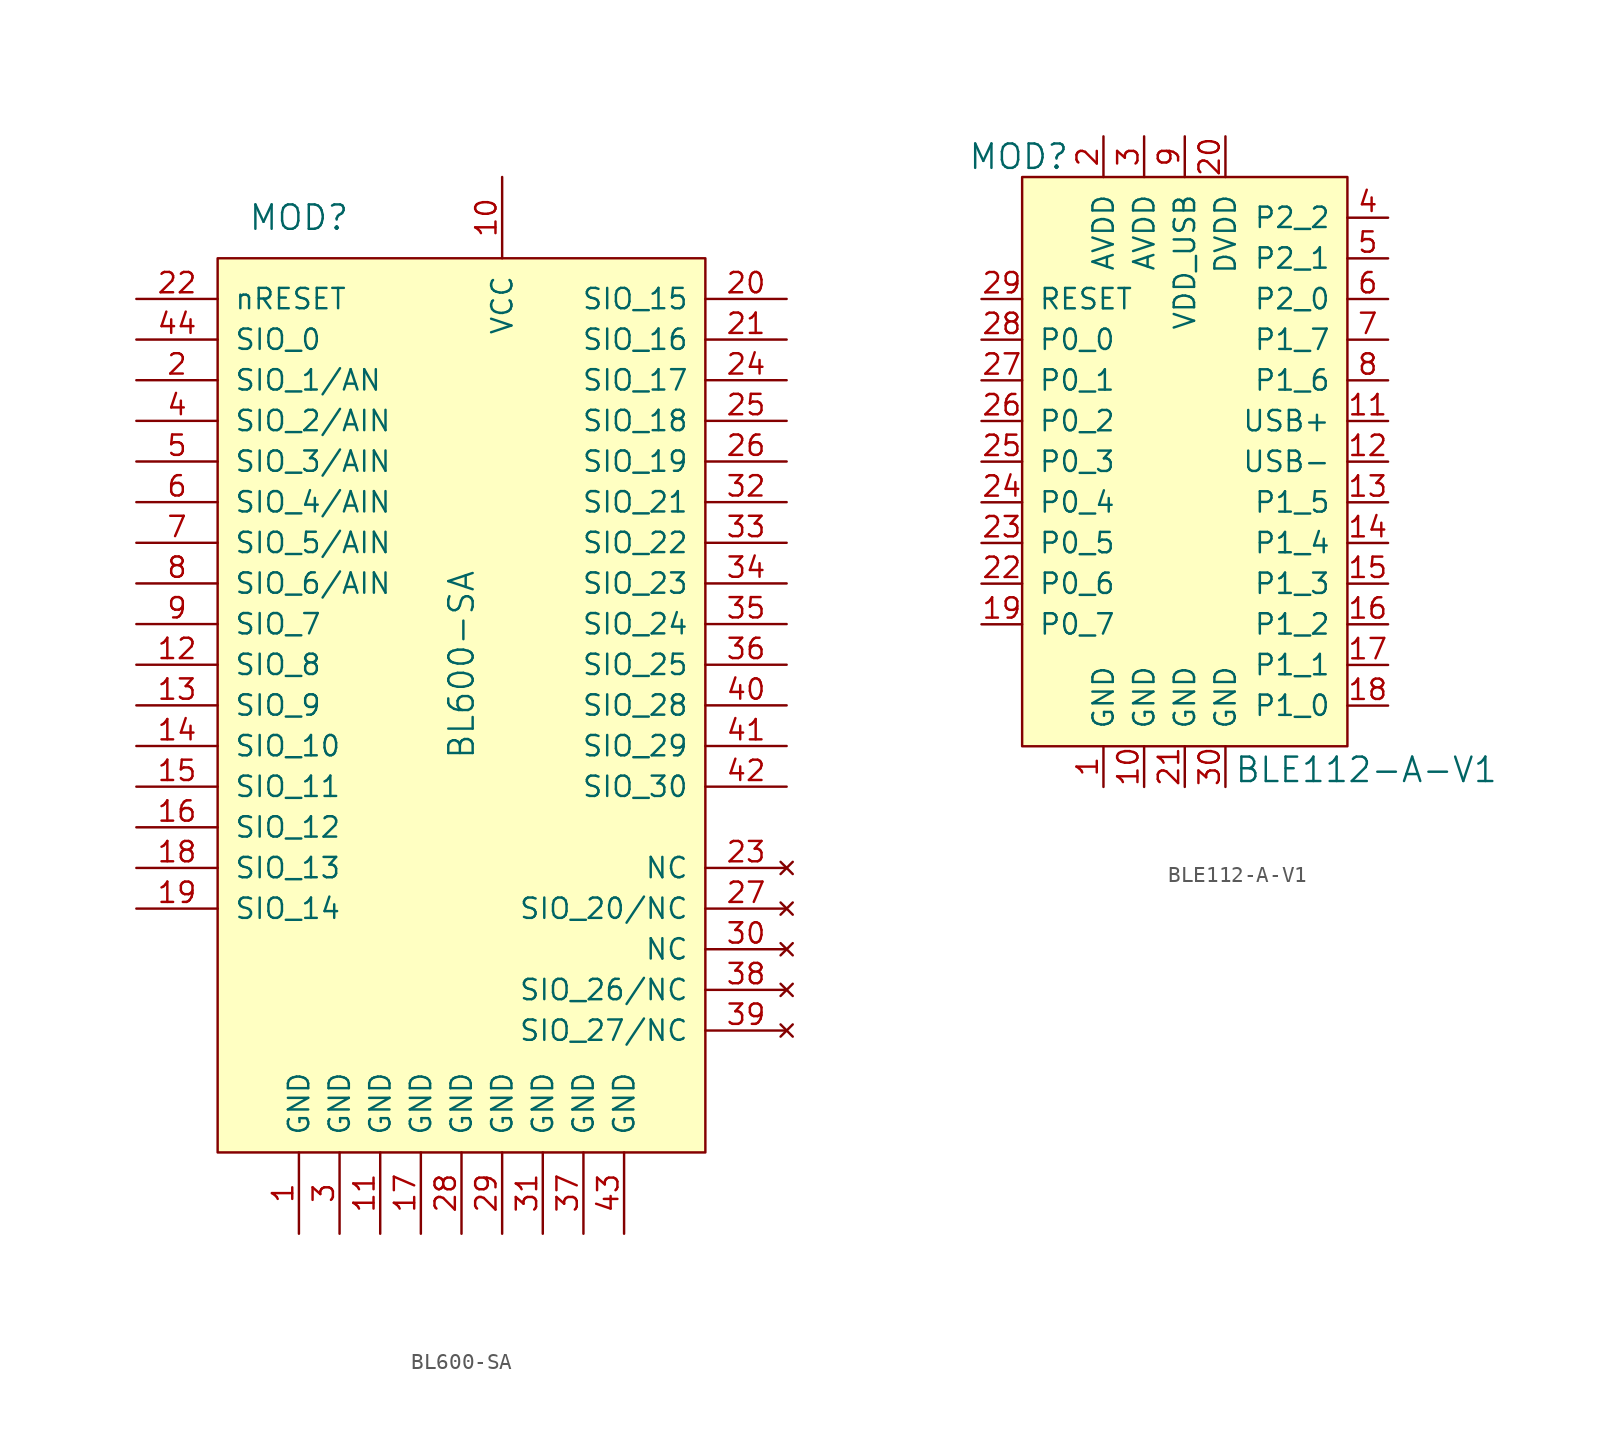
<source format=kicad_sym>
(kicad_symbol_lib
  (version 20231120)
  (generator "kicad_symbol_editor")
  (generator_version "8.0")
  (symbol "BL600-SA"
    (pin_names
      (offset 1.016))
    (property "Reference" "MOD"
      (at -7.62 27.94 0)
      (effects (font (size 1.524 1.524))))
    (property "Value" "BL600-SA"
      (at 2.54 0 90)
      (effects (font (size 1.524 1.524))))
    (symbol "BL600-SA_0_1"
      (rectangle (start -12.7 25.4) (end 17.78 -30.48) (stroke (width 0) (type solid)) (fill (type background))))
    (symbol "BL600-SA_1_1"
      (pin power_in line (at -7.62 -35.56 90) (length 5.08) (name "GND" (effects (font (size 1.27 1.27)))) (number "1" (effects (font (size 1.27 1.27)))))
      (pin power_in line (at 5.08 30.48 270) (length 5.08) (name "VCC" (effects (font (size 1.27 1.27)))) (number "10" (effects (font (size 1.27 1.27)))))
      (pin power_in line (at -2.54 -35.56 90) (length 5.08) (name "GND" (effects (font (size 1.27 1.27)))) (number "11" (effects (font (size 1.27 1.27)))))
      (pin bidirectional line (at -17.78 0 0) (length 5.08) (name "SIO_8" (effects (font (size 1.27 1.27)))) (number "12" (effects (font (size 1.27 1.27)))))
      (pin bidirectional line (at -17.78 -2.54 0) (length 5.08) (name "SIO_9" (effects (font (size 1.27 1.27)))) (number "13" (effects (font (size 1.27 1.27)))))
      (pin bidirectional line (at -17.78 -5.08 0) (length 5.08) (name "SIO_10" (effects (font (size 1.27 1.27)))) (number "14" (effects (font (size 1.27 1.27)))))
      (pin bidirectional line (at -17.78 -7.62 0) (length 5.08) (name "SIO_11" (effects (font (size 1.27 1.27)))) (number "15" (effects (font (size 1.27 1.27)))))
      (pin bidirectional line (at -17.78 -10.16 0) (length 5.08) (name "SIO_12" (effects (font (size 1.27 1.27)))) (number "16" (effects (font (size 1.27 1.27)))))
      (pin bidirectional line (at 0 -35.56 90) (length 5.08) (name "GND" (effects (font (size 1.27 1.27)))) (number "17" (effects (font (size 1.27 1.27)))))
      (pin bidirectional line (at -17.78 -12.7 0) (length 5.08) (name "SIO_13" (effects (font (size 1.27 1.27)))) (number "18" (effects (font (size 1.27 1.27)))))
      (pin bidirectional line (at -17.78 -15.24 0) (length 5.08) (name "SIO_14" (effects (font (size 1.27 1.27)))) (number "19" (effects (font (size 1.27 1.27)))))
      (pin bidirectional line (at -17.78 17.78 0) (length 5.08) (name "SIO_1/AN" (effects (font (size 1.27 1.27)))) (number "2" (effects (font (size 1.27 1.27)))))
      (pin bidirectional line (at 22.86 22.86 180) (length 5.08) (name "SIO_15" (effects (font (size 1.27 1.27)))) (number "20" (effects (font (size 1.27 1.27)))))
      (pin bidirectional line (at 22.86 20.32 180) (length 5.08) (name "SIO_16" (effects (font (size 1.27 1.27)))) (number "21" (effects (font (size 1.27 1.27)))))
      (pin input line (at -17.78 22.86 0) (length 5.08) (name "nRESET" (effects (font (size 1.27 1.27)))) (number "22" (effects (font (size 1.27 1.27)))))
      (pin no_connect line (at 22.86 -12.7 180) (length 5.08) (name "NC" (effects (font (size 1.27 1.27)))) (number "23" (effects (font (size 1.27 1.27)))))
      (pin bidirectional line (at 22.86 17.78 180) (length 5.08) (name "SIO_17" (effects (font (size 1.27 1.27)))) (number "24" (effects (font (size 1.27 1.27)))))
      (pin bidirectional line (at 22.86 15.24 180) (length 5.08) (name "SIO_18" (effects (font (size 1.27 1.27)))) (number "25" (effects (font (size 1.27 1.27)))))
      (pin bidirectional line (at 22.86 12.7 180) (length 5.08) (name "SIO_19" (effects (font (size 1.27 1.27)))) (number "26" (effects (font (size 1.27 1.27)))))
      (pin no_connect line (at 22.86 -15.24 180) (length 5.08) (name "SIO_20/NC" (effects (font (size 1.27 1.27)))) (number "27" (effects (font (size 1.27 1.27)))))
      (pin power_in line (at 2.54 -35.56 90) (length 5.08) (name "GND" (effects (font (size 1.27 1.27)))) (number "28" (effects (font (size 1.27 1.27)))))
      (pin power_in line (at 5.08 -35.56 90) (length 5.08) (name "GND" (effects (font (size 1.27 1.27)))) (number "29" (effects (font (size 1.27 1.27)))))
      (pin power_in line (at -5.08 -35.56 90) (length 5.08) (name "GND" (effects (font (size 1.27 1.27)))) (number "3" (effects (font (size 1.27 1.27)))))
      (pin no_connect line (at 22.86 -17.78 180) (length 5.08) (name "NC" (effects (font (size 1.27 1.27)))) (number "30" (effects (font (size 1.27 1.27)))))
      (pin power_in line (at 7.62 -35.56 90) (length 5.08) (name "GND" (effects (font (size 1.27 1.27)))) (number "31" (effects (font (size 1.27 1.27)))))
      (pin bidirectional line (at 22.86 10.16 180) (length 5.08) (name "SIO_21" (effects (font (size 1.27 1.27)))) (number "32" (effects (font (size 1.27 1.27)))))
      (pin bidirectional line (at 22.86 7.62 180) (length 5.08) (name "SIO_22" (effects (font (size 1.27 1.27)))) (number "33" (effects (font (size 1.27 1.27)))))
      (pin bidirectional line (at 22.86 5.08 180) (length 5.08) (name "SIO_23" (effects (font (size 1.27 1.27)))) (number "34" (effects (font (size 1.27 1.27)))))
      (pin bidirectional line (at 22.86 2.54 180) (length 5.08) (name "SIO_24" (effects (font (size 1.27 1.27)))) (number "35" (effects (font (size 1.27 1.27)))))
      (pin bidirectional line (at 22.86 0 180) (length 5.08) (name "SIO_25" (effects (font (size 1.27 1.27)))) (number "36" (effects (font (size 1.27 1.27)))))
      (pin power_in line (at 10.16 -35.56 90) (length 5.08) (name "GND" (effects (font (size 1.27 1.27)))) (number "37" (effects (font (size 1.27 1.27)))))
      (pin no_connect line (at 22.86 -20.32 180) (length 5.08) (name "SIO_26/NC" (effects (font (size 1.27 1.27)))) (number "38" (effects (font (size 1.27 1.27)))))
      (pin no_connect line (at 22.86 -22.86 180) (length 5.08) (name "SIO_27/NC" (effects (font (size 1.27 1.27)))) (number "39" (effects (font (size 1.27 1.27)))))
      (pin bidirectional line (at -17.78 15.24 0) (length 5.08) (name "SIO_2/AIN" (effects (font (size 1.27 1.27)))) (number "4" (effects (font (size 1.27 1.27)))))
      (pin bidirectional line (at 22.86 -2.54 180) (length 5.08) (name "SIO_28" (effects (font (size 1.27 1.27)))) (number "40" (effects (font (size 1.27 1.27)))))
      (pin bidirectional line (at 22.86 -5.08 180) (length 5.08) (name "SIO_29" (effects (font (size 1.27 1.27)))) (number "41" (effects (font (size 1.27 1.27)))))
      (pin bidirectional line (at 22.86 -7.62 180) (length 5.08) (name "SIO_30" (effects (font (size 1.27 1.27)))) (number "42" (effects (font (size 1.27 1.27)))))
      (pin power_in line (at 12.7 -35.56 90) (length 5.08) (name "GND" (effects (font (size 1.27 1.27)))) (number "43" (effects (font (size 1.27 1.27)))))
      (pin bidirectional line (at -17.78 20.32 0) (length 5.08) (name "SIO_0" (effects (font (size 1.27 1.27)))) (number "44" (effects (font (size 1.27 1.27)))))
      (pin bidirectional line (at -17.78 12.7 0) (length 5.08) (name "SIO_3/AIN" (effects (font (size 1.27 1.27)))) (number "5" (effects (font (size 1.27 1.27)))))
      (pin bidirectional line (at -17.78 10.16 0) (length 5.08) (name "SIO_4/AIN" (effects (font (size 1.27 1.27)))) (number "6" (effects (font (size 1.27 1.27)))))
      (pin bidirectional line (at -17.78 7.62 0) (length 5.08) (name "SIO_5/AIN" (effects (font (size 1.27 1.27)))) (number "7" (effects (font (size 1.27 1.27)))))
      (pin bidirectional line (at -17.78 5.08 0) (length 5.08) (name "SIO_6/AIN" (effects (font (size 1.27 1.27)))) (number "8" (effects (font (size 1.27 1.27)))))
      (pin bidirectional line (at -17.78 2.54 0) (length 5.08) (name "SIO_7" (effects (font (size 1.27 1.27)))) (number "9" (effects (font (size 1.27 1.27)))))))
  (symbol "BLE112-A-V1"
    (pin_names
      (offset 1.016))
    (property "Reference" "MOD"
      (at -7.188 13.97 0)
      (effects (font (size 1.524 1.524)) (justify right)))
    (property "Value" "BLE112-A-V1"
      (at 3.073 -24.333 0)
      (effects (font (size 1.524 1.524)) (justify left)))
    (symbol "BLE112-A-V1_0_1"
      (rectangle (start -10.16 12.7) (end 10.16 -22.86) (stroke (width 0) (type solid)) (fill (type background))))
    (symbol "BLE112-A-V1_1_1"
      (pin power_in line (at -5.08 -25.4 90) (length 2.54) (name "GND" (effects (font (size 1.27 1.27)))) (number "1" (effects (font (size 1.27 1.27)))))
      (pin power_in line (at -2.54 -25.4 90) (length 2.54) (name "GND" (effects (font (size 1.27 1.27)))) (number "10" (effects (font (size 1.27 1.27)))))
      (pin bidirectional line (at 12.7 -2.54 180) (length 2.54) (name "USB+" (effects (font (size 1.27 1.27)))) (number "11" (effects (font (size 1.27 1.27)))))
      (pin bidirectional line (at 12.7 -5.08 180) (length 2.54) (name "USB-" (effects (font (size 1.27 1.27)))) (number "12" (effects (font (size 1.27 1.27)))))
      (pin bidirectional line (at 12.7 -7.62 180) (length 2.54) (name "P1_5" (effects (font (size 1.27 1.27)))) (number "13" (effects (font (size 1.27 1.27)))))
      (pin bidirectional line (at 12.7 -10.16 180) (length 2.54) (name "P1_4" (effects (font (size 1.27 1.27)))) (number "14" (effects (font (size 1.27 1.27)))))
      (pin bidirectional line (at 12.7 -12.7 180) (length 2.54) (name "P1_3" (effects (font (size 1.27 1.27)))) (number "15" (effects (font (size 1.27 1.27)))))
      (pin bidirectional line (at 12.7 -15.24 180) (length 2.54) (name "P1_2" (effects (font (size 1.27 1.27)))) (number "16" (effects (font (size 1.27 1.27)))))
      (pin bidirectional line (at 12.7 -17.78 180) (length 2.54) (name "P1_1" (effects (font (size 1.27 1.27)))) (number "17" (effects (font (size 1.27 1.27)))))
      (pin bidirectional line (at 12.7 -20.32 180) (length 2.54) (name "P1_0" (effects (font (size 1.27 1.27)))) (number "18" (effects (font (size 1.27 1.27)))))
      (pin bidirectional line (at -12.7 -15.24 0) (length 2.54) (name "P0_7" (effects (font (size 1.27 1.27)))) (number "19" (effects (font (size 1.27 1.27)))))
      (pin power_in line (at -5.08 15.24 270) (length 2.54) (name "AVDD" (effects (font (size 1.27 1.27)))) (number "2" (effects (font (size 1.27 1.27)))))
      (pin power_in line (at 2.54 15.24 270) (length 2.54) (name "DVDD" (effects (font (size 1.27 1.27)))) (number "20" (effects (font (size 1.27 1.27)))))
      (pin power_in line (at 0 -25.4 90) (length 2.54) (name "GND" (effects (font (size 1.27 1.27)))) (number "21" (effects (font (size 1.27 1.27)))))
      (pin bidirectional line (at -12.7 -12.7 0) (length 2.54) (name "P0_6" (effects (font (size 1.27 1.27)))) (number "22" (effects (font (size 1.27 1.27)))))
      (pin bidirectional line (at -12.7 -10.16 0) (length 2.54) (name "P0_5" (effects (font (size 1.27 1.27)))) (number "23" (effects (font (size 1.27 1.27)))))
      (pin bidirectional line (at -12.7 -7.62 0) (length 2.54) (name "P0_4" (effects (font (size 1.27 1.27)))) (number "24" (effects (font (size 1.27 1.27)))))
      (pin bidirectional line (at -12.7 -5.08 0) (length 2.54) (name "P0_3" (effects (font (size 1.27 1.27)))) (number "25" (effects (font (size 1.27 1.27)))))
      (pin bidirectional line (at -12.7 -2.54 0) (length 2.54) (name "P0_2" (effects (font (size 1.27 1.27)))) (number "26" (effects (font (size 1.27 1.27)))))
      (pin bidirectional line (at -12.7 0 0) (length 2.54) (name "P0_1" (effects (font (size 1.27 1.27)))) (number "27" (effects (font (size 1.27 1.27)))))
      (pin bidirectional line (at -12.7 2.54 0) (length 2.54) (name "P0_0" (effects (font (size 1.27 1.27)))) (number "28" (effects (font (size 1.27 1.27)))))
      (pin input line (at -12.7 5.08 0) (length 2.54) (name "RESET" (effects (font (size 1.27 1.27)))) (number "29" (effects (font (size 1.27 1.27)))))
      (pin power_in line (at -2.54 15.24 270) (length 2.54) (name "AVDD" (effects (font (size 1.27 1.27)))) (number "3" (effects (font (size 1.27 1.27)))))
      (pin power_in line (at 2.54 -25.4 90) (length 2.54) (name "GND" (effects (font (size 1.27 1.27)))) (number "30" (effects (font (size 1.27 1.27)))))
      (pin bidirectional line (at 12.7 10.16 180) (length 2.54) (name "P2_2" (effects (font (size 1.27 1.27)))) (number "4" (effects (font (size 1.27 1.27)))))
      (pin bidirectional line (at 12.7 7.62 180) (length 2.54) (name "P2_1" (effects (font (size 1.27 1.27)))) (number "5" (effects (font (size 1.27 1.27)))))
      (pin bidirectional line (at 12.7 5.08 180) (length 2.54) (name "P2_0" (effects (font (size 1.27 1.27)))) (number "6" (effects (font (size 1.27 1.27)))))
      (pin bidirectional line (at 12.7 2.54 180) (length 2.54) (name "P1_7" (effects (font (size 1.27 1.27)))) (number "7" (effects (font (size 1.27 1.27)))))
      (pin bidirectional line (at 12.7 0 180) (length 2.54) (name "P1_6" (effects (font (size 1.27 1.27)))) (number "8" (effects (font (size 1.27 1.27)))))
      (pin power_in line (at 0 15.24 270) (length 2.54) (name "VDD_USB" (effects (font (size 1.27 1.27)))) (number "9" (effects (font (size 1.27 1.27))))))))
</source>
